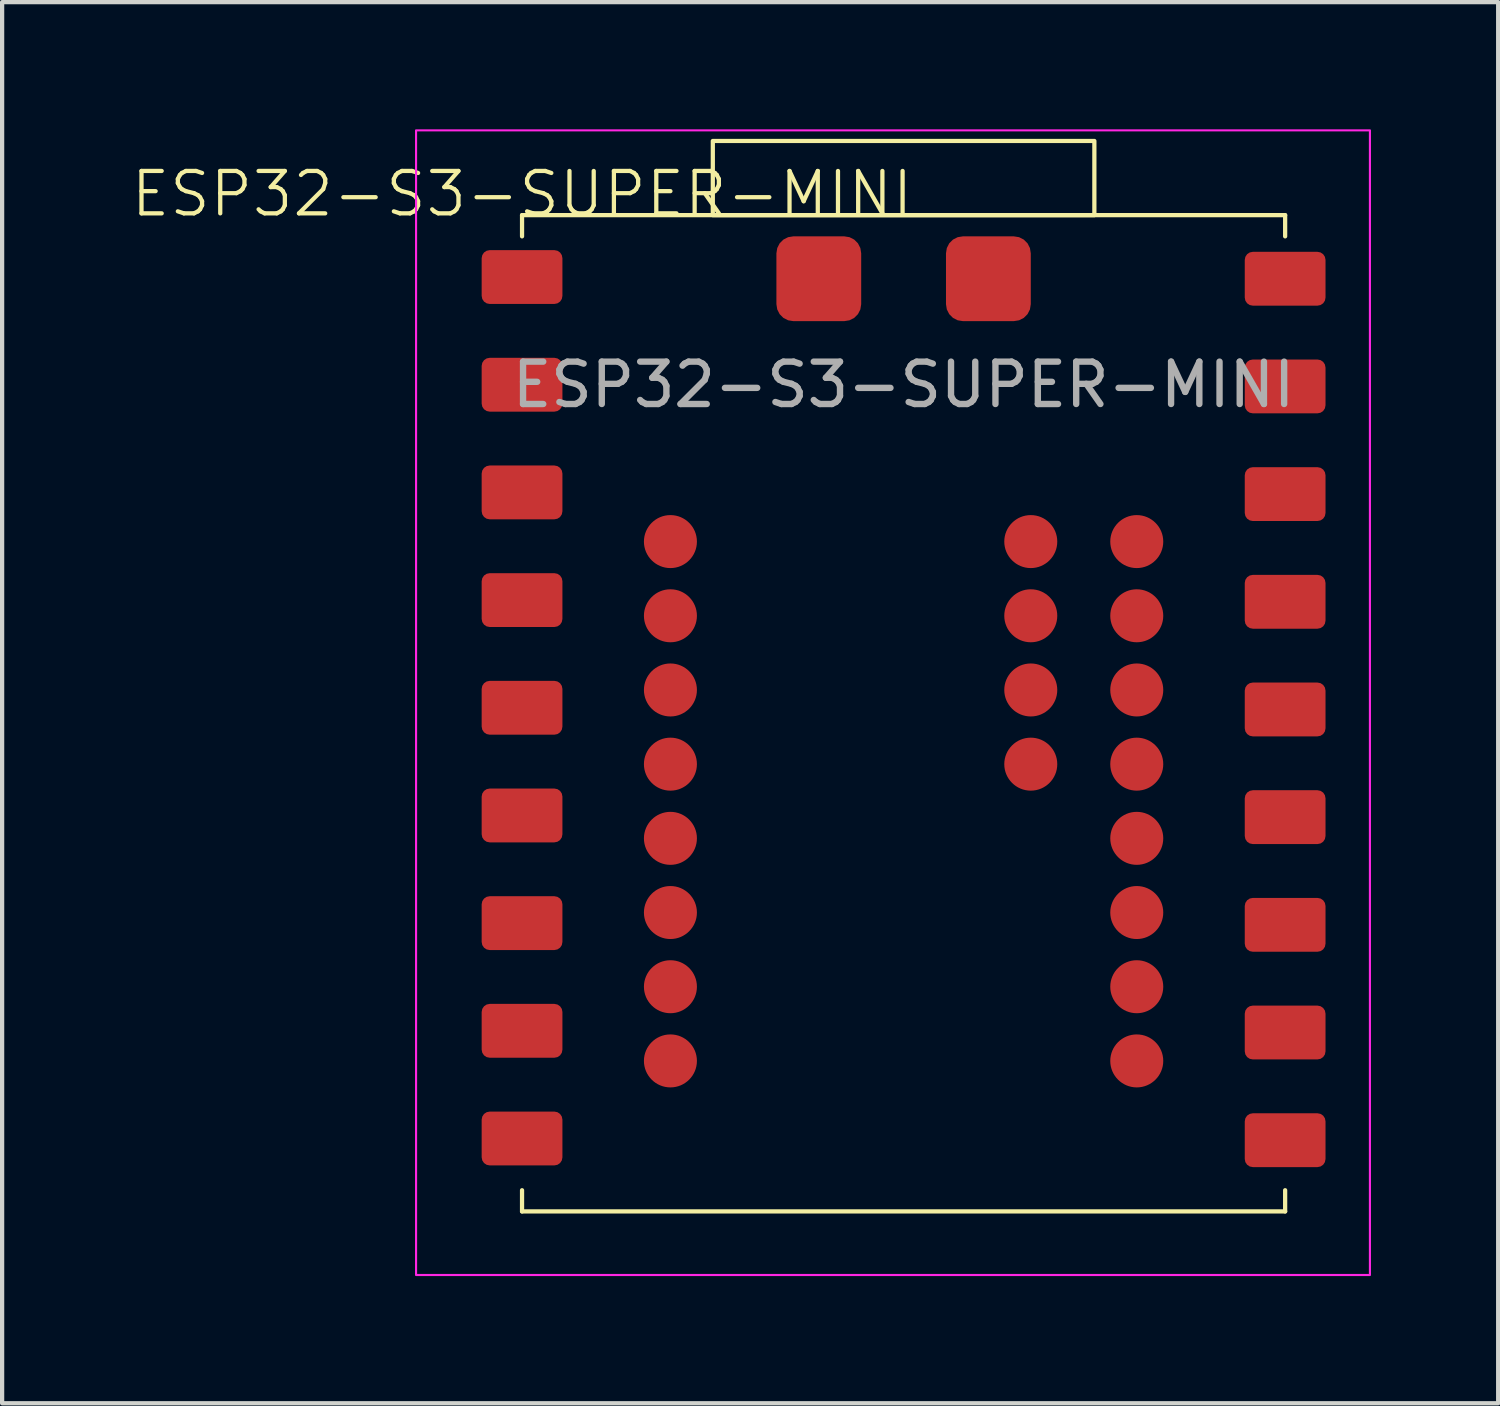
<source format=kicad_pcb>
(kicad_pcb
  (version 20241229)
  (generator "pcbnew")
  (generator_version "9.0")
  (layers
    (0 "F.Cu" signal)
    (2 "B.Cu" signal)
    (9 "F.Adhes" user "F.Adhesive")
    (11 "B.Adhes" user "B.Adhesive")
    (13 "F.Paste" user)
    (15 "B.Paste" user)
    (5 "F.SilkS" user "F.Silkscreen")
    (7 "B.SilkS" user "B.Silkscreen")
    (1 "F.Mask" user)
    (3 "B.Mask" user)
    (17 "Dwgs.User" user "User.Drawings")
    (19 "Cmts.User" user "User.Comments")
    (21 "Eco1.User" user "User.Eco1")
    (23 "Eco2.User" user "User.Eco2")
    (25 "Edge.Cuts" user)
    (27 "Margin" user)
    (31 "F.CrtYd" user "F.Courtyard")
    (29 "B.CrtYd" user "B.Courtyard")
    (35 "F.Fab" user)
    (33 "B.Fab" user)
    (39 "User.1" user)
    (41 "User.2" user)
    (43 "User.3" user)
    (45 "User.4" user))
  (footprint "ESP32-S3-SUPER-MINI"
    (layer "F.Cu")
    (at 9.264 2.025)
    (property "Reference" "ESP32-S3-SUPER-MINI" (at 0 -0.5 0) (unlocked yes) (layer "F.SilkS") (effects (font (size 1 1) (thickness 0.1))))
    (attr smd)
    (fp_line (start 0 0) (end 0 0.5) (stroke (width 0.1) (type default)) (layer "F.SilkS"))
    (fp_line (start 0 0) (end 18 0) (stroke (width 0.1) (type default)) (layer "F.SilkS"))
    (fp_line (start 0 23.5) (end 0 23) (stroke (width 0.1) (type default)) (layer "F.SilkS"))
    (fp_line (start 0 23.5) (end 18 23.5) (stroke (width 0.1) (type default)) (layer "F.SilkS"))
    (fp_line (start 18 0) (end 18 0.5) (stroke (width 0.1) (type default)) (layer "F.SilkS"))
    (fp_line (start 18 23.5) (end 18 23) (stroke (width 0.1) (type default)) (layer "F.SilkS"))
    (fp_rect (start 4.5 -1.75) (end 13.5 0) (stroke (width 0.1) (type solid)) (fill no) (layer "F.SilkS"))
    (fp_rect (start -2.5 -2) (end 20 25) (stroke (width 0.05) (type default)) (fill no) (layer "F.CrtYd"))
    (fp_text user "${REFERENCE}" (at 9 4 0) (unlocked yes) (layer "F.Fab") (effects (font (size 1 1) (thickness 0.15))))
    (pad "1" smd roundrect (at 0 6.54) (size 1.905 1.27) (layers "F.Cu" "F.Mask" "F.Paste") (roundrect_rratio 0.15))
    (pad "2" smd roundrect (at 0 9.08) (size 1.905 1.27) (layers "F.Cu" "F.Mask" "F.Paste") (roundrect_rratio 0.15))
    (pad "3" smd roundrect (at 0 11.62) (size 1.905 1.27) (layers "F.Cu" "F.Mask" "F.Paste") (roundrect_rratio 0.15))
    (pad "3.3V" smd roundrect (at 18 6.58) (size 1.905 1.27) (layers "F.Cu" "F.Mask" "F.Paste") (roundrect_rratio 0.15))
    (pad "4" smd roundrect (at 0 14.16) (size 1.905 1.27) (layers "F.Cu" "F.Mask" "F.Paste") (roundrect_rratio 0.15))
    (pad "5" smd roundrect (at 0 16.7) (size 1.905 1.27) (layers "F.Cu" "F.Mask" "F.Paste") (roundrect_rratio 0.15))
    (pad "5V" smd roundrect (at 18 1.5) (size 1.905 1.27) (layers "F.Cu" "F.Mask" "F.Paste") (roundrect_rratio 0.15))
    (pad "6" smd roundrect (at 0 19.24) (size 1.905 1.27) (layers "F.Cu" "F.Mask" "F.Paste") (roundrect_rratio 0.15))
    (pad "7" smd roundrect (at 0 21.78) (size 1.905 1.27) (layers "F.Cu" "F.Mask" "F.Paste") (roundrect_rratio 0.15))
    (pad "8" smd roundrect (at 18 21.82) (size 1.905 1.27) (layers "F.Cu" "F.Mask" "F.Paste") (roundrect_rratio 0.15))
    (pad "9" smd roundrect (at 18 19.28) (size 1.905 1.27) (layers "F.Cu" "F.Mask" "F.Paste") (roundrect_rratio 0.15))
    (pad "10" smd roundrect (at 18 16.74) (size 1.905 1.27) (layers "F.Cu" "F.Mask" "F.Paste") (roundrect_rratio 0.15))
    (pad "11" smd roundrect (at 18 14.2) (size 1.905 1.27) (layers "F.Cu" "F.Mask" "F.Paste") (roundrect_rratio 0.15))
    (pad "12" smd roundrect (at 18 11.66) (size 1.905 1.27) (layers "F.Cu" "F.Mask" "F.Paste") (roundrect_rratio 0.15))
    (pad "13" smd roundrect (at 18 9.12) (size 1.905 1.27) (layers "F.Cu" "F.Mask" "F.Paste") (roundrect_rratio 0.15))
    (pad "14" smd circle (at 14.5 19.95) (size 1.25 1.25) (layers "F.Cu" "F.Mask" "F.Paste"))
    (pad "15" smd circle (at 14.5 18.2) (size 1.25 1.25) (layers "F.Cu" "F.Mask" "F.Paste"))
    (pad "16" smd circle (at 14.5 16.45) (size 1.25 1.25) (layers "F.Cu" "F.Mask" "F.Paste"))
    (pad "17" smd circle (at 14.5 14.7) (size 1.25 1.25) (layers "F.Cu" "F.Mask" "F.Paste"))
    (pad "18" smd circle (at 14.5 12.95) (size 1.25 1.25) (layers "F.Cu" "F.Mask" "F.Paste"))
    (pad "21" smd circle (at 14.5 11.2) (size 1.25 1.25) (layers "F.Cu" "F.Mask" "F.Paste"))
    (pad "33" smd circle (at 14.5 9.45) (size 1.25 1.25) (layers "F.Cu" "F.Mask" "F.Paste"))
    (pad "34" smd circle (at 14.5 7.7) (size 1.25 1.25) (layers "F.Cu" "F.Mask" "F.Paste"))
    (pad "35" smd circle (at 12 12.95) (size 1.25 1.25) (layers "F.Cu" "F.Mask" "F.Paste"))
    (pad "36" smd circle (at 12 11.2) (size 1.25 1.25) (layers "F.Cu" "F.Mask" "F.Paste"))
    (pad "37" smd circle (at 12 9.45) (size 1.25 1.25) (layers "F.Cu" "F.Mask" "F.Paste"))
    (pad "38" smd circle (at 12 7.7) (size 1.25 1.25) (layers "F.Cu" "F.Mask" "F.Paste"))
    (pad "39" smd circle (at 3.5 19.95) (size 1.25 1.25) (layers "F.Cu" "F.Mask" "F.Paste"))
    (pad "40" smd circle (at 3.5 18.2) (size 1.25 1.25) (layers "F.Cu" "F.Mask" "F.Paste"))
    (pad "41" smd circle (at 3.5 16.45) (size 1.25 1.25) (layers "F.Cu" "F.Mask" "F.Paste"))
    (pad "42" smd circle (at 3.5 14.7) (size 1.25 1.25) (layers "F.Cu" "F.Mask" "F.Paste"))
    (pad "45" smd circle (at 3.5 12.95) (size 1.25 1.25) (layers "F.Cu" "F.Mask" "F.Paste"))
    (pad "46" smd circle (at 3.5 11.2) (size 1.25 1.25) (layers "F.Cu" "F.Mask" "F.Paste"))
    (pad "47" smd circle (at 3.5 9.45) (size 1.25 1.25) (layers "F.Cu" "F.Mask" "F.Paste"))
    (pad "48" smd circle (at 3.5 7.7) (size 1.25 1.25) (layers "F.Cu" "F.Mask" "F.Paste"))
    (pad "B+" smd roundrect (at 11 1.5) (size 2 2) (layers "F.Cu" "F.Mask" "F.Paste") (roundrect_rratio 0.2))
    (pad "B-" smd roundrect (at 7 1.5) (size 2 2) (layers "F.Cu" "F.Mask" "F.Paste") (roundrect_rratio 0.2))
    (pad "GND" smd roundrect (at 18 4.04) (size 1.905 1.27) (layers "F.Cu" "F.Mask" "F.Paste") (roundrect_rratio 0.15))
    (pad "RX" smd roundrect (at 0 4) (size 1.905 1.27) (layers "F.Cu" "F.Mask" "F.Paste") (roundrect_rratio 0.15))
    (pad "TX" smd roundrect (at 0 1.46) (size 1.905 1.27) (layers "F.Cu" "F.Mask" "F.Paste") (roundrect_rratio 0.15)))
  (gr_rect
    (start -3 -3)
    (end 32.289 30.05)
    (stroke (width 0.1) (type default))
    (fill no)
    (layer "Edge.Cuts")))
</source>
